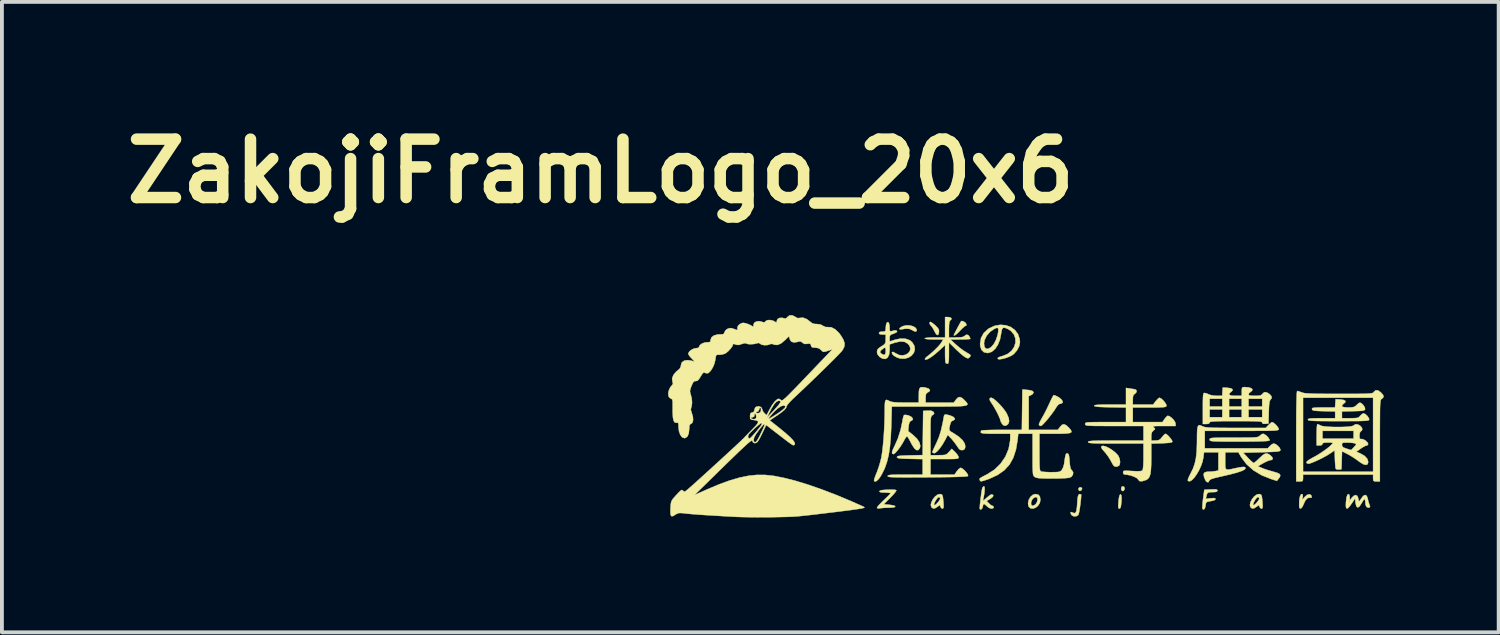
<source format=kicad_pcb>
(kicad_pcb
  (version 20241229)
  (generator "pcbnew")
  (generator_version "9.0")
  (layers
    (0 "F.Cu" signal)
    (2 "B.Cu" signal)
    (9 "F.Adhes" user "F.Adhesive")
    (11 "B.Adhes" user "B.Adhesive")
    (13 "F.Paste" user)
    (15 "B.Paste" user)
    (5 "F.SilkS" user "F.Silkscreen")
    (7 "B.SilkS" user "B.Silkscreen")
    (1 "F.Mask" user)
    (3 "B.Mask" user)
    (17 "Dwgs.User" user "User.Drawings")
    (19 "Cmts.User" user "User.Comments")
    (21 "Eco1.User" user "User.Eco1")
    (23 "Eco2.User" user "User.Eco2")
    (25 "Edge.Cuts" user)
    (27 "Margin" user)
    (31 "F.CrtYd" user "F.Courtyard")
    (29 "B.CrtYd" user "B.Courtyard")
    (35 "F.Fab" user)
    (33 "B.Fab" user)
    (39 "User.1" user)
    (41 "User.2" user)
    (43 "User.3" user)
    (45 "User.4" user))
  (footprint "ZakojiFramLogo_20x6"
    (layer "F.Cu")
    (at 24.065 7.768)
    (property "Reference" "ZakojiFramLogo_20x6" (at -11.43 -6.35 0) (layer "F.SilkS") (effects (font (size 1.524 1.524) (thickness 0.3))))
    (attr through_hole)
    (fp_poly (pts (xy 1.135 1.919) (xy 1.139 1.947) (xy 1.114 1.99) (xy 1.077 2.001) (xy 1.059 1.99) (xy 1.041 1.947) (xy 1.064 1.912) (xy 1.094 1.905) (xy 1.135 1.919)) (stroke (width 0.01) (type solid)) (fill yes) (layer "F.SilkS"))
    (fp_poly (pts (xy 2.242 1.898) (xy 2.251 1.946) (xy 2.245 1.966) (xy 2.215 2.004) (xy 2.181 1.999) (xy 2.16 1.958) (xy 2.159 1.943) (xy 2.172 1.893) (xy 2.196 1.88) (xy 2.242 1.898)) (stroke (width 0.01) (type solid)) (fill yes) (layer "F.SilkS"))
    (fp_poly (pts (xy 2.162 2.111) (xy 2.17 2.176) (xy 2.168 2.275) (xy 2.166 2.292) (xy 2.155 2.389) (xy 2.14 2.444) (xy 2.119 2.463) (xy 2.114 2.464) (xy 2.094 2.455) (xy 2.084 2.422) (xy 2.085 2.354) (xy 2.089 2.301) (xy 2.098 2.212) (xy 2.11 2.142) (xy 2.121 2.109) (xy 2.145 2.087) (xy 2.162 2.111)) (stroke (width 0.01) (type solid)) (fill yes) (layer "F.SilkS"))
    (fp_poly (pts (xy -3.356 -2.32) (xy -3.27 -2.297) (xy -3.206 -2.257) (xy -3.176 -2.205) (xy -3.175 -2.196) (xy -3.192 -2.164) (xy -3.238 -2.166) (xy -3.294 -2.197) (xy -3.377 -2.233) (xy -3.483 -2.234) (xy -3.55 -2.222) (xy -3.612 -2.216) (xy -3.633 -2.231) (xy -3.613 -2.26) (xy -3.554 -2.295) (xy -3.539 -2.302) (xy -3.45 -2.323) (xy -3.356 -2.32)) (stroke (width 0.01) (type solid)) (fill yes) (layer "F.SilkS"))
    (fp_poly (pts (xy -2.788 -2.397) (xy -2.734 -2.356) (xy -2.691 -2.32) (xy -2.629 -2.257) (xy -2.6 -2.207) (xy -2.596 -2.153) (xy -2.596 -2.15) (xy -2.612 -2.085) (xy -2.64 -2.068) (xy -2.676 -2.099) (xy -2.712 -2.164) (xy -2.75 -2.238) (xy -2.789 -2.295) (xy -2.803 -2.308) (xy -2.835 -2.35) (xy -2.844 -2.391) (xy -2.825 -2.413) (xy -2.819 -2.413) (xy -2.788 -2.397)) (stroke (width 0.01) (type solid)) (fill yes) (layer "F.SilkS"))
    (fp_poly (pts (xy -1.989 -2.435) (xy -1.943 -2.418) (xy -1.901 -2.386) (xy -1.88 -2.347) (xy -1.884 -2.318) (xy -1.904 -2.311) (xy -1.932 -2.294) (xy -1.984 -2.249) (xy -2.047 -2.185) (xy -2.047 -2.184) (xy -2.127 -2.104) (xy -2.181 -2.062) (xy -2.207 -2.059) (xy -2.21 -2.069) (xy -2.199 -2.094) (xy -2.17 -2.151) (xy -2.131 -2.225) (xy -2.089 -2.304) (xy -2.051 -2.374) (xy -2.023 -2.423) (xy -2.015 -2.436) (xy -1.989 -2.435)) (stroke (width 0.01) (type solid)) (fill yes) (layer "F.SilkS"))
    (fp_poly (pts (xy 1.759 0.841) (xy 1.843 0.881) (xy 1.931 0.937) (xy 2.013 1.002) (xy 2.076 1.07) (xy 2.087 1.085) (xy 2.121 1.165) (xy 2.132 1.249) (xy 2.118 1.32) (xy 2.103 1.341) (xy 2.046 1.369) (xy 1.987 1.36) (xy 1.962 1.34) (xy 1.936 1.299) (xy 1.899 1.232) (xy 1.881 1.198) (xy 1.83 1.114) (xy 1.762 1.022) (xy 1.721 0.974) (xy 1.662 0.905) (xy 1.639 0.86) (xy 1.646 0.833) (xy 1.689 0.823) (xy 1.759 0.841)) (stroke (width 0.01) (type solid)) (fill yes) (layer "F.SilkS"))
    (fp_poly (pts (xy -1.185 -0.413) (xy -1.12 -0.363) (xy -1.044 -0.291) (xy -0.966 -0.208) (xy -0.895 -0.122) (xy -0.841 -0.043) (xy -0.826 -0.017) (xy -0.778 0.097) (xy -0.765 0.181) (xy -0.785 0.244) (xy -0.802 0.265) (xy -0.861 0.301) (xy -0.915 0.287) (xy -0.951 0.248) (xy -0.981 0.197) (xy -0.991 0.166) (xy -1.003 0.122) (xy -1.035 0.047) (xy -1.079 -0.045) (xy -1.131 -0.141) (xy -1.182 -0.228) (xy -1.216 -0.279) (xy -1.266 -0.358) (xy -1.278 -0.407) (xy -1.252 -0.43) (xy -1.229 -0.432) (xy -1.185 -0.413)) (stroke (width 0.01) (type solid)) (fill yes) (layer "F.SilkS"))
    (fp_poly (pts (xy 1.113 2.093) (xy 1.117 2.102) (xy 1.111 2.201) (xy 1.099 2.312) (xy 1.084 2.424) (xy 1.068 2.523) (xy 1.053 2.596) (xy 1.04 2.63) (xy 0.986 2.662) (xy 0.917 2.662) (xy 0.869 2.637) (xy 0.842 2.591) (xy 0.838 2.572) (xy 0.848 2.551) (xy 0.884 2.563) (xy 0.892 2.567) (xy 0.941 2.582) (xy 0.974 2.562) (xy 0.996 2.502) (xy 1.008 2.398) (xy 1.01 2.368) (xy 1.018 2.24) (xy 1.029 2.155) (xy 1.044 2.106) (xy 1.066 2.085) (xy 1.08 2.083) (xy 1.113 2.093)) (stroke (width 0.01) (type solid)) (fill yes) (layer "F.SilkS"))
    (fp_poly (pts (xy 6.902 2.095) (xy 6.903 2.141) (xy 6.9 2.161) (xy 6.884 2.238) (xy 6.951 2.159) (xy 7.012 2.106) (xy 7.071 2.088) (xy 7.116 2.107) (xy 7.133 2.144) (xy 7.13 2.178) (xy 7.094 2.179) (xy 7.091 2.178) (xy 7.029 2.187) (xy 6.973 2.243) (xy 6.924 2.346) (xy 6.922 2.354) (xy 6.891 2.418) (xy 6.857 2.456) (xy 6.848 2.459) (xy 6.822 2.454) (xy 6.81 2.418) (xy 6.807 2.355) (xy 6.813 2.227) (xy 6.831 2.137) (xy 6.859 2.089) (xy 6.877 2.083) (xy 6.902 2.095)) (stroke (width 0.01) (type solid)) (fill yes) (layer "F.SilkS"))
    (fp_poly (pts (xy -0.004 2.098) (xy 0.038 2.147) (xy 0.051 2.236) (xy 0.034 2.318) (xy -0.011 2.387) (xy -0.071 2.437) (xy -0.139 2.462) (xy -0.202 2.457) (xy -0.25 2.416) (xy -0.258 2.402) (xy -0.267 2.347) (xy -0.193 2.347) (xy -0.173 2.382) (xy -0.149 2.388) (xy -0.108 2.372) (xy -0.072 2.346) (xy -0.037 2.29) (xy -0.025 2.229) (xy -0.032 2.177) (xy -0.058 2.162) (xy -0.082 2.164) (xy -0.131 2.188) (xy -0.169 2.236) (xy -0.191 2.294) (xy -0.193 2.347) (xy -0.267 2.347) (xy -0.272 2.319) (xy -0.252 2.231) (xy -0.206 2.153) (xy -0.141 2.099) (xy -0.079 2.083) (xy -0.004 2.098)) (stroke (width 0.01) (type solid)) (fill yes) (layer "F.SilkS"))
    (fp_poly (pts (xy 0.431 -0.493) (xy 0.49 -0.466) (xy 0.521 -0.45) (xy 0.588 -0.4) (xy 0.627 -0.349) (xy 0.634 -0.307) (xy 0.604 -0.282) (xy 0.58 -0.279) (xy 0.527 -0.261) (xy 0.476 -0.2) (xy 0.464 -0.18) (xy 0.416 -0.104) (xy 0.352 -0.016) (xy 0.28 0.077) (xy 0.208 0.165) (xy 0.142 0.238) (xy 0.091 0.288) (xy 0.063 0.305) (xy 0.02 0.288) (xy 0.013 0.279) (xy 0.017 0.246) (xy 0.044 0.184) (xy 0.087 0.105) (xy 0.091 0.099) (xy 0.146 0.001) (xy 0.209 -0.122) (xy 0.268 -0.246) (xy 0.282 -0.275) (xy 0.326 -0.371) (xy 0.364 -0.447) (xy 0.391 -0.493) (xy 0.399 -0.501) (xy 0.431 -0.493)) (stroke (width 0.01) (type solid)) (fill yes) (layer "F.SilkS"))
    (fp_poly (pts (xy 4.647 1.962) (xy 4.67 1.975) (xy 4.674 1.992) (xy 4.662 2.017) (xy 4.619 2.029) (xy 4.548 2.032) (xy 4.468 2.034) (xy 4.424 2.047) (xy 4.401 2.081) (xy 4.385 2.139) (xy 4.368 2.207) (xy 4.496 2.192) (xy 4.579 2.187) (xy 4.618 2.197) (xy 4.623 2.207) (xy 4.616 2.23) (xy 4.588 2.246) (xy 4.527 2.261) (xy 4.466 2.272) (xy 4.403 2.287) (xy 4.375 2.317) (xy 4.364 2.377) (xy 4.364 2.38) (xy 4.349 2.444) (xy 4.324 2.482) (xy 4.297 2.484) (xy 4.281 2.46) (xy 4.279 2.42) (xy 4.283 2.345) (xy 4.294 2.246) (xy 4.3 2.198) (xy 4.331 1.97) (xy 4.502 1.961) (xy 4.595 1.958) (xy 4.647 1.962)) (stroke (width 0.01) (type solid)) (fill yes) (layer "F.SilkS"))
    (fp_poly (pts (xy -3.741 1.972) (xy -3.711 1.985) (xy -3.709 1.99) (xy -3.727 2.02) (xy -3.772 2.076) (xy -3.838 2.147) (xy -3.874 2.184) (xy -4.038 2.349) (xy -3.894 2.362) (xy -3.794 2.377) (xy -3.743 2.396) (xy -3.741 2.416) (xy -3.788 2.432) (xy -3.884 2.438) (xy -3.894 2.438) (xy -3.994 2.441) (xy -4.086 2.447) (xy -4.137 2.454) (xy -4.197 2.459) (xy -4.216 2.439) (xy -4.216 2.439) (xy -4.199 2.409) (xy -4.151 2.354) (xy -4.083 2.285) (xy -4.039 2.243) (xy -3.962 2.17) (xy -3.902 2.11) (xy -3.867 2.071) (xy -3.861 2.061) (xy -3.884 2.052) (xy -3.943 2.046) (xy -4.007 2.044) (xy -4.097 2.04) (xy -4.143 2.028) (xy -4.153 2.011) (xy -4.138 1.993) (xy -4.089 1.98) (xy -3.998 1.972) (xy -3.931 1.969) (xy -3.812 1.967) (xy -3.741 1.972)) (stroke (width 0.01) (type solid)) (fill yes) (layer "F.SilkS"))
    (fp_poly (pts (xy -2.54 2.086) (xy -2.515 2.102) (xy -2.499 2.14) (xy -2.489 2.211) (xy -2.481 2.305) (xy -2.476 2.394) (xy -2.481 2.443) (xy -2.496 2.462) (xy -2.507 2.464) (xy -2.543 2.443) (xy -2.558 2.413) (xy -2.569 2.38) (xy -2.588 2.379) (xy -2.629 2.409) (xy -2.635 2.413) (xy -2.704 2.456) (xy -2.756 2.457) (xy -2.793 2.427) (xy -2.811 2.37) (xy -2.805 2.341) (xy -2.725 2.341) (xy -2.724 2.373) (xy -2.724 2.373) (xy -2.698 2.368) (xy -2.657 2.334) (xy -2.613 2.285) (xy -2.578 2.234) (xy -2.565 2.197) (xy -2.583 2.163) (xy -2.599 2.159) (xy -2.63 2.179) (xy -2.668 2.227) (xy -2.703 2.286) (xy -2.725 2.341) (xy -2.805 2.341) (xy -2.795 2.295) (xy -2.755 2.217) (xy -2.699 2.146) (xy -2.634 2.098) (xy -2.579 2.083) (xy -2.54 2.086)) (stroke (width 0.01) (type solid)) (fill yes) (layer "F.SilkS"))
    (fp_poly (pts (xy 5.791 2.086) (xy 5.816 2.102) (xy 5.832 2.14) (xy 5.842 2.211) (xy 5.85 2.305) (xy 5.855 2.394) (xy 5.851 2.443) (xy 5.836 2.462) (xy 5.825 2.464) (xy 5.788 2.443) (xy 5.773 2.413) (xy 5.762 2.38) (xy 5.743 2.379) (xy 5.702 2.409) (xy 5.696 2.413) (xy 5.627 2.456) (xy 5.575 2.457) (xy 5.538 2.427) (xy 5.521 2.37) (xy 5.527 2.341) (xy 5.607 2.341) (xy 5.607 2.373) (xy 5.607 2.373) (xy 5.633 2.368) (xy 5.674 2.334) (xy 5.718 2.285) (xy 5.753 2.234) (xy 5.766 2.197) (xy 5.748 2.163) (xy 5.732 2.159) (xy 5.701 2.179) (xy 5.663 2.227) (xy 5.629 2.286) (xy 5.607 2.341) (xy 5.527 2.341) (xy 5.536 2.295) (xy 5.576 2.217) (xy 5.632 2.146) (xy 5.697 2.098) (xy 5.753 2.083) (xy 5.791 2.086)) (stroke (width 0.01) (type solid)) (fill yes) (layer "F.SilkS"))
    (fp_poly (pts (xy 5.91 0.525) (xy 5.962 0.565) (xy 6.007 0.616) (xy 6.034 0.662) (xy 6.034 0.684) (xy 6.005 0.693) (xy 5.931 0.7) (xy 5.811 0.705) (xy 5.643 0.709) (xy 5.425 0.711) (xy 5.244 0.711) (xy 5.025 0.711) (xy 4.853 0.711) (xy 4.72 0.709) (xy 4.622 0.707) (xy 4.554 0.703) (xy 4.51 0.697) (xy 4.485 0.689) (xy 4.474 0.679) (xy 4.471 0.666) (xy 4.47 0.66) (xy 4.472 0.645) (xy 4.481 0.633) (xy 4.503 0.624) (xy 4.545 0.617) (xy 4.611 0.613) (xy 4.708 0.611) (xy 4.842 0.61) (xy 5.018 0.61) (xy 5.101 0.61) (xy 5.297 0.609) (xy 5.448 0.608) (xy 5.562 0.606) (xy 5.643 0.603) (xy 5.698 0.597) (xy 5.735 0.588) (xy 5.759 0.577) (xy 5.776 0.562) (xy 5.779 0.559) (xy 5.828 0.52) (xy 5.867 0.508) (xy 5.91 0.525)) (stroke (width 0.01) (type solid)) (fill yes) (layer "F.SilkS"))
    (fp_poly (pts (xy -1.407 1.902) (xy -1.404 1.963) (xy -1.411 2.05) (xy -1.428 2.152) (xy -1.441 2.21) (xy -1.447 2.243) (xy -1.437 2.249) (xy -1.404 2.226) (xy -1.349 2.177) (xy -1.285 2.125) (xy -1.234 2.094) (xy -1.213 2.089) (xy -1.178 2.116) (xy -1.191 2.154) (xy -1.249 2.202) (xy -1.26 2.208) (xy -1.353 2.263) (xy -1.294 2.325) (xy -1.245 2.368) (xy -1.204 2.388) (xy -1.202 2.388) (xy -1.172 2.408) (xy -1.168 2.426) (xy -1.187 2.457) (xy -1.232 2.462) (xy -1.29 2.443) (xy -1.346 2.4) (xy -1.346 2.4) (xy -1.4 2.35) (xy -1.431 2.343) (xy -1.448 2.378) (xy -1.452 2.405) (xy -1.47 2.458) (xy -1.499 2.486) (xy -1.527 2.477) (xy -1.531 2.471) (xy -1.532 2.439) (xy -1.528 2.37) (xy -1.518 2.277) (xy -1.506 2.173) (xy -1.492 2.071) (xy -1.479 1.985) (xy -1.467 1.927) (xy -1.463 1.916) (xy -1.434 1.883) (xy -1.42 1.88) (xy -1.407 1.902)) (stroke (width 0.01) (type solid)) (fill yes) (layer "F.SilkS"))
    (fp_poly (pts (xy -3.411 0.025) (xy -3.389 0.031) (xy -3.32 0.065) (xy -3.283 0.106) (xy -3.282 0.144) (xy -3.322 0.169) (xy -3.356 0.191) (xy -3.378 0.243) (xy -3.389 0.31) (xy -3.397 0.383) (xy -3.4 0.432) (xy -3.399 0.442) (xy -3.376 0.459) (xy -3.326 0.498) (xy -3.274 0.54) (xy -3.173 0.635) (xy -3.109 0.732) (xy -3.085 0.821) (xy -3.096 0.881) (xy -3.136 0.933) (xy -3.184 0.935) (xy -3.24 0.889) (xy -3.302 0.794) (xy -3.317 0.765) (xy -3.361 0.682) (xy -3.399 0.616) (xy -3.423 0.58) (xy -3.423 0.58) (xy -3.447 0.586) (xy -3.484 0.636) (xy -3.513 0.692) (xy -3.56 0.774) (xy -3.617 0.861) (xy -3.678 0.941) (xy -3.733 1.004) (xy -3.775 1.038) (xy -3.785 1.041) (xy -3.817 1.023) (xy -3.824 1.014) (xy -3.821 0.979) (xy -3.799 0.915) (xy -3.764 0.843) (xy -3.672 0.637) (xy -3.599 0.405) (xy -3.557 0.205) (xy -3.541 0.118) (xy -3.524 0.051) (xy -3.51 0.02) (xy -3.474 0.014) (xy -3.411 0.025)) (stroke (width 0.01) (type solid)) (fill yes) (layer "F.SilkS"))
    (fp_poly (pts (xy -2.401 0.006) (xy -2.392 0.008) (xy -2.29 0.036) (xy -2.219 0.071) (xy -2.184 0.107) (xy -2.19 0.141) (xy -2.234 0.165) (xy -2.266 0.18) (xy -2.288 0.211) (xy -2.307 0.27) (xy -2.324 0.346) (xy -2.329 0.392) (xy -2.318 0.425) (xy -2.28 0.457) (xy -2.206 0.501) (xy -2.203 0.502) (xy -2.074 0.589) (xy -1.978 0.68) (xy -1.922 0.771) (xy -1.91 0.847) (xy -1.924 0.905) (xy -1.96 0.93) (xy -1.986 0.935) (xy -2.033 0.932) (xy -2.072 0.905) (xy -2.117 0.842) (xy -2.123 0.833) (xy -2.185 0.744) (xy -2.258 0.654) (xy -2.279 0.631) (xy -2.368 0.538) (xy -2.439 0.675) (xy -2.508 0.793) (xy -2.579 0.894) (xy -2.646 0.969) (xy -2.701 1.011) (xy -2.722 1.016) (xy -2.761 1.003) (xy -2.769 0.987) (xy -2.758 0.953) (xy -2.729 0.886) (xy -2.688 0.798) (xy -2.669 0.76) (xy -2.6 0.602) (xy -2.545 0.425) (xy -2.498 0.216) (xy -2.476 0.092) (xy -2.463 0.03) (xy -2.442 0.005) (xy -2.401 0.006)) (stroke (width 0.01) (type solid)) (fill yes) (layer "F.SilkS"))
    (fp_poly (pts (xy 8.116 2.098) (xy 8.129 2.157) (xy 8.129 2.165) (xy 8.13 2.248) (xy 8.182 2.178) (xy 8.231 2.13) (xy 8.279 2.108) (xy 8.282 2.108) (xy 8.326 2.131) (xy 8.346 2.178) (xy 8.359 2.237) (xy 8.367 2.271) (xy 8.381 2.266) (xy 8.411 2.227) (xy 8.427 2.201) (xy 8.482 2.13) (xy 8.532 2.106) (xy 8.572 2.129) (xy 8.597 2.199) (xy 8.598 2.203) (xy 8.615 2.279) (xy 8.635 2.338) (xy 8.637 2.343) (xy 8.66 2.403) (xy 8.643 2.434) (xy 8.613 2.438) (xy 8.566 2.419) (xy 8.54 2.359) (xy 8.534 2.284) (xy 8.529 2.227) (xy 8.51 2.216) (xy 8.478 2.252) (xy 8.435 2.325) (xy 8.384 2.404) (xy 8.341 2.433) (xy 8.307 2.413) (xy 8.285 2.343) (xy 8.28 2.311) (xy 8.268 2.197) (xy 8.192 2.311) (xy 8.124 2.406) (xy 8.076 2.455) (xy 8.045 2.46) (xy 8.029 2.42) (xy 8.027 2.369) (xy 8.031 2.274) (xy 8.032 2.273) (xy 8.103 2.273) (xy 8.115 2.286) (xy 8.128 2.273) (xy 8.115 2.261) (xy 8.103 2.273) (xy 8.032 2.273) (xy 8.043 2.179) (xy 8.043 2.178) (xy 8.064 2.11) (xy 8.091 2.083) (xy 8.116 2.098)) (stroke (width 0.01) (type solid)) (fill yes) (layer "F.SilkS"))
    (fp_poly (pts (xy -0.852 -2.325) (xy -0.723 -2.279) (xy -0.614 -2.2) (xy -0.534 -2.094) (xy -0.49 -1.962) (xy -0.483 -1.881) (xy -0.504 -1.777) (xy -0.56 -1.67) (xy -0.64 -1.578) (xy -0.697 -1.536) (xy -0.771 -1.501) (xy -0.858 -1.469) (xy -0.944 -1.447) (xy -1.014 -1.436) (xy -1.053 -1.442) (xy -1.053 -1.443) (xy -1.065 -1.467) (xy -1.042 -1.488) (xy -0.978 -1.511) (xy -0.937 -1.522) (xy -0.805 -1.576) (xy -0.703 -1.657) (xy -0.635 -1.757) (xy -0.6 -1.868) (xy -0.602 -1.98) (xy -0.641 -2.086) (xy -0.72 -2.178) (xy -0.792 -2.225) (xy -0.872 -2.259) (xy -0.923 -2.258) (xy -0.954 -2.217) (xy -0.971 -2.132) (xy -0.974 -2.109) (xy -1.005 -1.95) (xy -1.06 -1.813) (xy -1.133 -1.705) (xy -1.221 -1.631) (xy -1.317 -1.601) (xy -1.331 -1.6) (xy -1.424 -1.621) (xy -1.487 -1.683) (xy -1.52 -1.782) (xy -1.524 -1.843) (xy -1.523 -1.848) (xy -1.422 -1.848) (xy -1.409 -1.759) (xy -1.37 -1.712) (xy -1.31 -1.711) (xy -1.238 -1.753) (xy -1.168 -1.831) (xy -1.108 -1.944) (xy -1.065 -2.075) (xy -1.053 -2.14) (xy -1.046 -2.22) (xy -1.06 -2.256) (xy -1.099 -2.255) (xy -1.151 -2.232) (xy -1.265 -2.152) (xy -1.354 -2.049) (xy -1.409 -1.934) (xy -1.422 -1.848) (xy -1.523 -1.848) (xy -1.499 -1.992) (xy -1.429 -2.122) (xy -1.315 -2.227) (xy -1.291 -2.243) (xy -1.143 -2.311) (xy -0.995 -2.337) (xy -0.852 -2.325)) (stroke (width 0.01) (type solid)) (fill yes) (layer "F.SilkS"))
    (fp_poly (pts (xy 8.866 -0.624) (xy 8.941 -0.572) (xy 8.946 -0.567) (xy 9.002 -0.502) (xy 9.012 -0.453) (xy 8.979 -0.414) (xy 8.966 -0.406) (xy 8.954 -0.398) (xy 8.944 -0.386) (xy 8.935 -0.364) (xy 8.929 -0.328) (xy 8.924 -0.273) (xy 8.92 -0.195) (xy 8.918 -0.09) (xy 8.917 0.048) (xy 8.916 0.223) (xy 8.915 0.441) (xy 8.915 0.687) (xy 8.915 1.753) (xy 8.826 1.753) (xy 8.767 1.749) (xy 8.742 1.726) (xy 8.738 1.67) (xy 8.738 1.664) (xy 8.738 1.575) (xy 6.909 1.575) (xy 6.909 1.664) (xy 6.905 1.723) (xy 6.883 1.748) (xy 6.827 1.753) (xy 6.82 1.753) (xy 6.731 1.753) (xy 6.731 0.572) (xy 6.732 0.254) (xy 6.733 -0.014) (xy 6.736 -0.231) (xy 6.74 -0.399) (xy 6.741 -0.432) (xy 6.909 -0.432) (xy 6.909 1.499) (xy 8.738 1.499) (xy 8.738 -0.432) (xy 6.909 -0.432) (xy 6.741 -0.432) (xy 6.744 -0.518) (xy 6.75 -0.588) (xy 6.757 -0.61) (xy 6.796 -0.6) (xy 6.859 -0.578) (xy 6.875 -0.572) (xy 6.908 -0.561) (xy 6.955 -0.552) (xy 7.021 -0.546) (xy 7.112 -0.541) (xy 7.233 -0.537) (xy 7.388 -0.535) (xy 7.583 -0.534) (xy 7.823 -0.533) (xy 7.846 -0.533) (xy 8.08 -0.533) (xy 8.269 -0.534) (xy 8.418 -0.535) (xy 8.531 -0.537) (xy 8.614 -0.541) (xy 8.672 -0.546) (xy 8.711 -0.552) (xy 8.734 -0.561) (xy 8.749 -0.572) (xy 8.757 -0.584) (xy 8.805 -0.628) (xy 8.866 -0.624)) (stroke (width 0.01) (type solid)) (fill yes) (layer "F.SilkS"))
    (fp_poly (pts (xy -2.939 -0.695) (xy -2.864 -0.669) (xy -2.833 -0.634) (xy -2.848 -0.597) (xy -2.889 -0.572) (xy -2.925 -0.547) (xy -2.942 -0.505) (xy -2.946 -0.429) (xy -2.946 -0.426) (xy -2.946 -0.305) (xy -2.211 -0.305) (xy -2.155 -0.381) (xy -2.101 -0.438) (xy -2.049 -0.452) (xy -1.988 -0.422) (xy -1.932 -0.37) (xy -1.893 -0.33) (xy -1.866 -0.296) (xy -1.853 -0.269) (xy -1.858 -0.248) (xy -1.886 -0.232) (xy -1.941 -0.22) (xy -2.025 -0.212) (xy -2.143 -0.207) (xy -2.299 -0.205) (xy -2.497 -0.203) (xy -2.74 -0.203) (xy -2.853 -0.203) (xy -3.829 -0.203) (xy -3.843 0.311) (xy -3.856 0.601) (xy -3.878 0.848) (xy -3.91 1.059) (xy -3.955 1.243) (xy -4.012 1.407) (xy -4.086 1.558) (xy -4.121 1.619) (xy -4.174 1.692) (xy -4.225 1.74) (xy -4.266 1.758) (xy -4.29 1.74) (xy -4.293 1.72) (xy -4.283 1.683) (xy -4.259 1.612) (xy -4.224 1.524) (xy -4.218 1.511) (xy -4.175 1.392) (xy -4.133 1.254) (xy -4.102 1.13) (xy -4.081 0.999) (xy -4.061 0.828) (xy -4.043 0.629) (xy -4.029 0.412) (xy -4.019 0.189) (xy -4.014 -0.03) (xy -4.014 -0.095) (xy -4.013 -0.226) (xy -4.007 -0.313) (xy -3.994 -0.361) (xy -3.971 -0.378) (xy -3.934 -0.368) (xy -3.886 -0.343) (xy -3.84 -0.326) (xy -3.764 -0.315) (xy -3.651 -0.308) (xy -3.495 -0.306) (xy -3.473 -0.306) (xy -3.124 -0.305) (xy -3.124 -0.496) (xy -3.121 -0.606) (xy -3.107 -0.673) (xy -3.075 -0.705) (xy -3.018 -0.709) (xy -2.939 -0.695)) (stroke (width 0.01) (type solid)) (fill yes) (layer "F.SilkS"))
    (fp_poly (pts (xy -2.301 -2.53) (xy -2.269 -2.504) (xy -2.277 -2.473) (xy -2.295 -2.459) (xy -2.316 -2.437) (xy -2.329 -2.394) (xy -2.335 -2.319) (xy -2.337 -2.221) (xy -2.337 -2.007) (xy -2.149 -2.007) (xy -2.037 -2.01) (xy -1.967 -2.023) (xy -1.93 -2.045) (xy -1.879 -2.08) (xy -1.829 -2.066) (xy -1.804 -2.034) (xy -1.783 -1.988) (xy -1.778 -1.97) (xy -1.802 -1.964) (xy -1.865 -1.959) (xy -1.959 -1.956) (xy -2.038 -1.955) (xy -2.299 -1.954) (xy -2.161 -1.826) (xy -2.069 -1.747) (xy -1.966 -1.67) (xy -1.887 -1.62) (xy -1.813 -1.577) (xy -1.777 -1.549) (xy -1.771 -1.526) (xy -1.79 -1.5) (xy -1.793 -1.496) (xy -1.825 -1.466) (xy -1.856 -1.464) (xy -1.907 -1.489) (xy -1.914 -1.493) (xy -1.967 -1.53) (xy -2.042 -1.593) (xy -2.127 -1.671) (xy -2.164 -1.707) (xy -2.337 -1.878) (xy -2.337 -1.599) (xy -2.338 -1.471) (xy -2.343 -1.387) (xy -2.352 -1.339) (xy -2.366 -1.321) (xy -2.371 -1.321) (xy -2.414 -1.332) (xy -2.421 -1.338) (xy -2.429 -1.369) (xy -2.435 -1.439) (xy -2.438 -1.534) (xy -2.438 -1.582) (xy -2.438 -1.809) (xy -2.598 -1.66) (xy -2.706 -1.567) (xy -2.803 -1.494) (xy -2.884 -1.445) (xy -2.942 -1.426) (xy -2.964 -1.433) (xy -2.959 -1.459) (xy -2.922 -1.498) (xy -2.909 -1.508) (xy -2.818 -1.58) (xy -2.722 -1.666) (xy -2.633 -1.755) (xy -2.563 -1.834) (xy -2.532 -1.878) (xy -2.486 -1.956) (xy -2.729 -1.956) (xy -2.843 -1.958) (xy -2.926 -1.965) (xy -2.968 -1.976) (xy -2.972 -1.981) (xy -2.948 -1.993) (xy -2.88 -2.001) (xy -2.774 -2.006) (xy -2.705 -2.007) (xy -2.438 -2.007) (xy -2.438 -2.54) (xy -2.364 -2.54) (xy -2.301 -2.53)) (stroke (width 0.01) (type solid)) (fill yes) (layer "F.SilkS"))
    (fp_poly (pts (xy 7.872 -0.389) (xy 7.963 -0.376) (xy 8.012 -0.353) (xy 8.016 -0.319) (xy 7.982 -0.287) (xy 7.93 -0.241) (xy 7.926 -0.207) (xy 7.972 -0.186) (xy 8.067 -0.178) (xy 8.085 -0.178) (xy 8.179 -0.181) (xy 8.239 -0.192) (xy 8.282 -0.218) (xy 8.306 -0.241) (xy 8.354 -0.285) (xy 8.392 -0.305) (xy 8.395 -0.305) (xy 8.439 -0.284) (xy 8.487 -0.236) (xy 8.522 -0.178) (xy 8.53 -0.136) (xy 8.521 -0.115) (xy 8.498 -0.102) (xy 8.453 -0.092) (xy 8.376 -0.087) (xy 8.259 -0.083) (xy 8.223 -0.082) (xy 7.925 -0.075) (xy 7.925 0.102) (xy 8.139 0.102) (xy 8.245 0.1) (xy 8.313 0.095) (xy 8.356 0.082) (xy 8.386 0.058) (xy 8.403 0.038) (xy 8.449 -0.007) (xy 8.489 -0.025) (xy 8.489 -0.025) (xy 8.536 -0.005) (xy 8.587 0.042) (xy 8.626 0.099) (xy 8.636 0.135) (xy 8.633 0.147) (xy 8.619 0.156) (xy 8.59 0.164) (xy 8.54 0.169) (xy 8.465 0.173) (xy 8.359 0.176) (xy 8.217 0.177) (xy 8.034 0.178) (xy 7.836 0.178) (xy 7.611 0.178) (xy 7.431 0.177) (xy 7.293 0.175) (xy 7.19 0.172) (xy 7.118 0.167) (xy 7.071 0.161) (xy 7.046 0.154) (xy 7.036 0.144) (xy 7.036 0.14) (xy 7.043 0.124) (xy 7.069 0.114) (xy 7.122 0.107) (xy 7.208 0.103) (xy 7.335 0.102) (xy 7.391 0.102) (xy 7.747 0.102) (xy 7.747 -0.075) (xy 7.449 -0.082) (xy 7.32 -0.086) (xy 7.234 -0.091) (xy 7.181 -0.099) (xy 7.154 -0.112) (xy 7.143 -0.131) (xy 7.142 -0.133) (xy 7.143 -0.152) (xy 7.159 -0.165) (xy 7.198 -0.172) (xy 7.268 -0.176) (xy 7.378 -0.178) (xy 7.439 -0.178) (xy 7.744 -0.178) (xy 7.752 -0.286) (xy 7.76 -0.394) (xy 7.872 -0.389)) (stroke (width 0.01) (type solid)) (fill yes) (layer "F.SilkS"))
    (fp_poly (pts (xy -2.806 -0.095) (xy -2.754 -0.074) (xy -2.741 -0.061) (xy -2.721 -0.026) (xy -2.739 0.002) (xy -2.763 0.019) (xy -2.782 0.034) (xy -2.796 0.053) (xy -2.806 0.083) (xy -2.813 0.132) (xy -2.817 0.206) (xy -2.819 0.313) (xy -2.819 0.46) (xy -2.819 0.562) (xy -2.819 1.067) (xy -2.616 1.067) (xy -2.514 1.066) (xy -2.448 1.06) (xy -2.404 1.045) (xy -2.368 1.016) (xy -2.338 0.984) (xy -2.264 0.902) (xy -2.173 0.989) (xy -2.12 1.049) (xy -2.088 1.103) (xy -2.083 1.123) (xy -2.087 1.141) (xy -2.103 1.153) (xy -2.139 1.161) (xy -2.204 1.166) (xy -2.304 1.168) (xy -2.446 1.168) (xy -2.451 1.168) (xy -2.819 1.168) (xy -2.819 1.575) (xy -2.191 1.575) (xy -2.131 1.486) (xy -2.084 1.431) (xy -2.039 1.4) (xy -2.028 1.397) (xy -1.988 1.415) (xy -1.935 1.459) (xy -1.884 1.516) (xy -1.846 1.57) (xy -1.836 1.609) (xy -1.836 1.609) (xy -1.854 1.617) (xy -1.904 1.624) (xy -1.99 1.629) (xy -2.113 1.634) (xy -2.278 1.638) (xy -2.486 1.641) (xy -2.74 1.644) (xy -2.891 1.645) (xy -3.152 1.646) (xy -3.366 1.647) (xy -3.538 1.647) (xy -3.672 1.646) (xy -3.773 1.643) (xy -3.846 1.64) (xy -3.894 1.635) (xy -3.922 1.628) (xy -3.935 1.62) (xy -3.937 1.613) (xy -3.931 1.599) (xy -3.908 1.589) (xy -3.861 1.582) (xy -3.784 1.578) (xy -3.671 1.576) (xy -3.515 1.575) (xy -3.48 1.575) (xy -3.023 1.575) (xy -3.023 1.17) (xy -3.359 1.163) (xy -3.499 1.159) (xy -3.595 1.154) (xy -3.655 1.146) (xy -3.686 1.135) (xy -3.696 1.12) (xy -3.696 1.118) (xy -3.688 1.102) (xy -3.66 1.09) (xy -3.603 1.082) (xy -3.512 1.077) (xy -3.378 1.073) (xy -3.36 1.072) (xy -3.024 1.065) (xy -3.01 -0.089) (xy -2.893 -0.096) (xy -2.806 -0.095)) (stroke (width 0.01) (type solid)) (fill yes) (layer "F.SilkS"))
    (fp_poly (pts (xy -3.908 -2.39) (xy -3.891 -2.333) (xy -3.886 -2.27) (xy -3.884 -2.201) (xy -3.874 -2.17) (xy -3.848 -2.168) (xy -3.829 -2.174) (xy -3.748 -2.193) (xy -3.703 -2.185) (xy -3.69 -2.167) (xy -3.706 -2.141) (xy -3.759 -2.114) (xy -3.783 -2.106) (xy -3.849 -2.082) (xy -3.878 -2.053) (xy -3.886 -2.003) (xy -3.886 -1.99) (xy -3.884 -1.933) (xy -3.879 -1.905) (xy -3.878 -1.905) (xy -3.851 -1.912) (xy -3.792 -1.932) (xy -3.749 -1.946) (xy -3.603 -1.978) (xy -3.469 -1.973) (xy -3.357 -1.932) (xy -3.297 -1.882) (xy -3.24 -1.789) (xy -3.227 -1.697) (xy -3.252 -1.61) (xy -3.309 -1.536) (xy -3.39 -1.482) (xy -3.491 -1.453) (xy -3.605 -1.456) (xy -3.69 -1.482) (xy -3.767 -1.525) (xy -3.816 -1.572) (xy -3.827 -1.616) (xy -3.824 -1.624) (xy -3.793 -1.629) (xy -3.738 -1.599) (xy -3.731 -1.594) (xy -3.641 -1.549) (xy -3.552 -1.538) (xy -3.47 -1.555) (xy -3.403 -1.595) (xy -3.358 -1.651) (xy -3.344 -1.719) (xy -3.366 -1.79) (xy -3.415 -1.846) (xy -3.498 -1.893) (xy -3.602 -1.902) (xy -3.734 -1.875) (xy -3.767 -1.865) (xy -3.886 -1.824) (xy -3.886 -1.676) (xy -3.9 -1.558) (xy -3.938 -1.48) (xy -3.998 -1.445) (xy -4.075 -1.455) (xy -4.149 -1.5) (xy -4.205 -1.57) (xy -4.216 -1.626) (xy -4.137 -1.626) (xy -4.117 -1.596) (xy -4.103 -1.585) (xy -4.042 -1.551) (xy -4.005 -1.562) (xy -3.989 -1.617) (xy -3.988 -1.652) (xy -3.99 -1.716) (xy -4.002 -1.739) (xy -4.029 -1.732) (xy -4.034 -1.729) (xy -4.091 -1.688) (xy -4.116 -1.662) (xy -4.137 -1.626) (xy -4.216 -1.626) (xy -4.216 -1.628) (xy -4.208 -1.68) (xy -4.176 -1.722) (xy -4.109 -1.769) (xy -4.103 -1.773) (xy -4.036 -1.816) (xy -4.002 -1.854) (xy -3.99 -1.905) (xy -3.989 -1.962) (xy -3.988 -2.083) (xy -4.077 -2.083) (xy -4.142 -2.091) (xy -4.165 -2.117) (xy -4.166 -2.121) (xy -4.146 -2.149) (xy -4.085 -2.159) (xy -4.077 -2.159) (xy -4.018 -2.162) (xy -3.993 -2.183) (xy -3.988 -2.236) (xy -3.987 -2.254) (xy -3.981 -2.327) (xy -3.967 -2.38) (xy -3.965 -2.385) (xy -3.934 -2.409) (xy -3.908 -2.39)) (stroke (width 0.01) (type solid)) (fill yes) (layer "F.SilkS"))
    (fp_poly (pts (xy 7.317 0.267) (xy 7.366 0.292) (xy 7.419 0.308) (xy 7.508 0.32) (xy 7.623 0.328) (xy 7.752 0.332) (xy 7.884 0.332) (xy 8.009 0.328) (xy 8.115 0.32) (xy 8.193 0.308) (xy 8.23 0.292) (xy 8.28 0.258) (xy 8.344 0.267) (xy 8.396 0.295) (xy 8.443 0.344) (xy 8.457 0.395) (xy 8.433 0.434) (xy 8.42 0.441) (xy 8.391 0.479) (xy 8.382 0.556) (xy 8.386 0.62) (xy 8.401 0.645) (xy 8.427 0.644) (xy 8.478 0.651) (xy 8.539 0.685) (xy 8.589 0.731) (xy 8.611 0.776) (xy 8.611 0.777) (xy 8.59 0.808) (xy 8.57 0.813) (xy 8.528 0.827) (xy 8.463 0.863) (xy 8.416 0.895) (xy 8.302 0.977) (xy 8.399 1.019) (xy 8.517 1.086) (xy 8.588 1.164) (xy 8.611 1.246) (xy 8.595 1.303) (xy 8.55 1.322) (xy 8.479 1.301) (xy 8.382 1.241) (xy 8.351 1.217) (xy 8.252 1.146) (xy 8.139 1.075) (xy 8.073 1.039) (xy 7.927 0.965) (xy 7.919 1.2) (xy 7.912 1.435) (xy 7.842 1.443) (xy 7.784 1.438) (xy 7.76 1.418) (xy 7.754 1.378) (xy 7.748 1.302) (xy 7.742 1.203) (xy 7.741 1.163) (xy 7.734 0.942) (xy 7.62 1.02) (xy 7.536 1.073) (xy 7.434 1.129) (xy 7.325 1.184) (xy 7.219 1.232) (xy 7.129 1.269) (xy 7.065 1.289) (xy 7.043 1.291) (xy 6.999 1.271) (xy 7.003 1.238) (xy 7.056 1.193) (xy 7.157 1.135) (xy 7.164 1.131) (xy 7.277 1.069) (xy 7.397 0.993) (xy 7.511 0.913) (xy 7.605 0.839) (xy 7.647 0.799) (xy 7.925 0.799) (xy 7.933 0.839) (xy 7.965 0.867) (xy 8.034 0.893) (xy 8.045 0.897) (xy 8.166 0.933) (xy 8.24 0.856) (xy 8.284 0.806) (xy 8.295 0.78) (xy 8.277 0.764) (xy 8.265 0.759) (xy 8.214 0.748) (xy 8.132 0.741) (xy 8.071 0.738) (xy 7.989 0.739) (xy 7.945 0.746) (xy 7.928 0.766) (xy 7.925 0.799) (xy 7.647 0.799) (xy 7.668 0.778) (xy 7.669 0.777) (xy 7.683 0.754) (xy 7.67 0.742) (xy 7.621 0.737) (xy 7.56 0.737) (xy 7.474 0.74) (xy 7.43 0.751) (xy 7.417 0.774) (xy 7.417 0.775) (xy 7.394 0.805) (xy 7.341 0.813) (xy 7.264 0.813) (xy 7.264 0.533) (xy 7.266 0.432) (xy 7.417 0.432) (xy 7.417 0.635) (xy 8.23 0.635) (xy 8.23 0.432) (xy 7.417 0.432) (xy 7.266 0.432) (xy 7.266 0.421) (xy 7.27 0.331) (xy 7.277 0.272) (xy 7.283 0.255) (xy 7.317 0.267)) (stroke (width 0.01) (type solid)) (fill yes) (layer "F.SilkS"))
    (fp_poly (pts (xy 5.492 -0.702) (xy 5.559 -0.68) (xy 5.589 -0.649) (xy 5.575 -0.612) (xy 5.537 -0.584) (xy 5.497 -0.548) (xy 5.486 -0.52) (xy 5.498 -0.499) (xy 5.54 -0.487) (xy 5.62 -0.483) (xy 5.651 -0.483) (xy 5.745 -0.485) (xy 5.802 -0.495) (xy 5.835 -0.517) (xy 5.848 -0.533) (xy 5.896 -0.577) (xy 5.958 -0.574) (xy 6.029 -0.532) (xy 6.084 -0.473) (xy 6.09 -0.422) (xy 6.059 -0.382) (xy 6.041 -0.353) (xy 6.028 -0.296) (xy 6.02 -0.204) (xy 6.015 -0.07) (xy 6.014 -0.055) (xy 6.007 0.241) (xy 5.925 0.249) (xy 5.865 0.248) (xy 5.843 0.226) (xy 5.842 0.218) (xy 5.837 0.206) (xy 5.819 0.196) (xy 5.782 0.189) (xy 5.721 0.184) (xy 5.63 0.181) (xy 5.505 0.179) (xy 5.338 0.178) (xy 5.156 0.178) (xy 4.949 0.178) (xy 4.788 0.179) (xy 4.666 0.182) (xy 4.579 0.185) (xy 4.522 0.191) (xy 4.488 0.198) (xy 4.473 0.208) (xy 4.47 0.216) (xy 4.451 0.244) (xy 4.39 0.254) (xy 4.381 0.254) (xy 4.293 0.254) (xy 4.293 -0.127) (xy 4.47 -0.127) (xy 4.47 0.076) (xy 4.801 0.076) (xy 4.801 -0.127) (xy 4.978 -0.127) (xy 4.978 0.076) (xy 5.309 0.076) (xy 5.309 -0.127) (xy 5.486 -0.127) (xy 5.486 0.076) (xy 5.842 0.076) (xy 5.842 -0.127) (xy 5.486 -0.127) (xy 5.309 -0.127) (xy 4.978 -0.127) (xy 4.801 -0.127) (xy 4.47 -0.127) (xy 4.293 -0.127) (xy 4.293 -0.152) (xy 4.293 -0.305) (xy 4.295 -0.406) (xy 4.47 -0.406) (xy 4.47 -0.203) (xy 4.801 -0.203) (xy 4.801 -0.406) (xy 4.978 -0.406) (xy 4.978 -0.203) (xy 5.309 -0.203) (xy 5.309 -0.406) (xy 5.486 -0.406) (xy 5.486 -0.203) (xy 5.842 -0.203) (xy 5.842 -0.406) (xy 5.486 -0.406) (xy 5.309 -0.406) (xy 4.978 -0.406) (xy 4.801 -0.406) (xy 4.47 -0.406) (xy 4.295 -0.406) (xy 4.295 -0.414) (xy 4.299 -0.487) (xy 4.306 -0.53) (xy 4.316 -0.551) (xy 4.332 -0.558) (xy 4.337 -0.558) (xy 4.392 -0.545) (xy 4.445 -0.521) (xy 4.506 -0.5) (xy 4.594 -0.487) (xy 4.653 -0.484) (xy 4.798 -0.483) (xy 4.805 -0.591) (xy 4.813 -0.699) (xy 4.925 -0.693) (xy 5.017 -0.681) (xy 5.066 -0.657) (xy 5.069 -0.624) (xy 5.036 -0.591) (xy 4.983 -0.545) (xy 4.98 -0.512) (xy 5.025 -0.491) (xy 5.12 -0.483) (xy 5.144 -0.483) (xy 5.309 -0.483) (xy 5.309 -0.597) (xy 5.311 -0.667) (xy 5.323 -0.7) (xy 5.357 -0.71) (xy 5.391 -0.711) (xy 5.492 -0.702)) (stroke (width 0.01) (type solid)) (fill yes) (layer "F.SilkS"))
    (fp_poly (pts (xy -0.33 -0.641) (xy -0.219 -0.629) (xy -0.154 -0.608) (xy -0.128 -0.578) (xy -0.127 -0.57) (xy -0.148 -0.533) (xy -0.191 -0.503) (xy -0.254 -0.474) (xy -0.254 0.406) (xy 0.506 0.406) (xy 0.563 0.33) (xy 0.617 0.273) (xy 0.669 0.259) (xy 0.729 0.289) (xy 0.786 0.341) (xy 0.836 0.397) (xy 0.861 0.439) (xy 0.858 0.469) (xy 0.82 0.489) (xy 0.746 0.5) (xy 0.629 0.506) (xy 0.467 0.508) (xy 0.433 0.508) (xy 0.025 0.508) (xy 0.025 0.991) (xy 0.026 1.161) (xy 0.027 1.286) (xy 0.031 1.374) (xy 0.036 1.432) (xy 0.045 1.467) (xy 0.057 1.485) (xy 0.07 1.493) (xy 0.115 1.501) (xy 0.195 1.507) (xy 0.298 1.511) (xy 0.339 1.511) (xy 0.448 1.51) (xy 0.52 1.505) (xy 0.564 1.493) (xy 0.594 1.471) (xy 0.61 1.453) (xy 0.643 1.392) (xy 0.668 1.308) (xy 0.673 1.275) (xy 0.69 1.157) (xy 0.704 1.081) (xy 0.719 1.038) (xy 0.737 1.021) (xy 0.758 1.021) (xy 0.781 1.036) (xy 0.796 1.075) (xy 0.807 1.149) (xy 0.813 1.228) (xy 0.823 1.337) (xy 0.837 1.407) (xy 0.858 1.448) (xy 0.873 1.461) (xy 0.906 1.512) (xy 0.901 1.573) (xy 0.864 1.628) (xy 0.823 1.652) (xy 0.776 1.66) (xy 0.689 1.668) (xy 0.571 1.673) (xy 0.435 1.676) (xy 0.36 1.676) (xy 0.199 1.675) (xy 0.082 1.672) (xy 0.000134 1.666) (xy -0.055 1.655) (xy -0.09 1.641) (xy -0.096 1.637) (xy -0.115 1.622) (xy -0.129 1.604) (xy -0.139 1.574) (xy -0.145 1.526) (xy -0.149 1.454) (xy -0.152 1.351) (xy -0.152 1.209) (xy -0.152 1.053) (xy -0.152 0.508) (xy -0.527 0.508) (xy -0.544 0.667) (xy -0.587 0.921) (xy -0.657 1.136) (xy -0.757 1.314) (xy -0.891 1.461) (xy -1.063 1.582) (xy -1.276 1.681) (xy -1.343 1.705) (xy -1.432 1.735) (xy -1.485 1.748) (xy -1.513 1.746) (xy -1.527 1.729) (xy -1.533 1.715) (xy -1.539 1.694) (xy -1.532 1.676) (xy -1.504 1.654) (xy -1.448 1.622) (xy -1.356 1.575) (xy -1.343 1.569) (xy -1.149 1.446) (xy -0.988 1.289) (xy -0.863 1.106) (xy -0.778 0.902) (xy -0.739 0.686) (xy -0.737 0.617) (xy -0.737 0.508) (xy -1.115 0.508) (xy -1.267 0.507) (xy -1.375 0.504) (xy -1.446 0.498) (xy -1.488 0.488) (xy -1.506 0.475) (xy -1.507 0.472) (xy -1.5 0.434) (xy -1.482 0.421) (xy -1.446 0.417) (xy -1.367 0.413) (xy -1.254 0.409) (xy -1.116 0.407) (xy -0.961 0.406) (xy -0.938 0.406) (xy -0.433 0.406) (xy -0.426 -0.121) (xy -0.419 -0.648) (xy -0.33 -0.641)) (stroke (width 0.01) (type solid)) (fill yes) (layer "F.SilkS"))
    (fp_poly (pts (xy 6.14 0.222) (xy 6.193 0.267) (xy 6.242 0.322) (xy 6.271 0.37) (xy 6.274 0.383) (xy 6.272 0.396) (xy 6.264 0.406) (xy 6.244 0.414) (xy 6.209 0.42) (xy 6.152 0.425) (xy 6.07 0.428) (xy 5.958 0.43) (xy 5.811 0.431) (xy 5.624 0.432) (xy 5.392 0.432) (xy 5.309 0.432) (xy 4.343 0.432) (xy 4.343 0.889) (xy 5.986 0.889) (xy 6.045 0.826) (xy 6.097 0.782) (xy 6.142 0.763) (xy 6.145 0.763) (xy 6.197 0.781) (xy 6.253 0.825) (xy 6.3 0.878) (xy 6.32 0.926) (xy 6.32 0.934) (xy 6.312 0.949) (xy 6.292 0.961) (xy 6.253 0.97) (xy 6.188 0.977) (xy 6.09 0.982) (xy 5.953 0.987) (xy 5.829 0.991) (xy 5.347 1.003) (xy 5.471 1.137) (xy 5.535 1.202) (xy 5.588 1.25) (xy 5.619 1.27) (xy 5.621 1.27) (xy 5.65 1.253) (xy 5.703 1.209) (xy 5.769 1.147) (xy 5.773 1.143) (xy 5.856 1.066) (xy 5.919 1.027) (xy 5.973 1.023) (xy 6.03 1.05) (xy 6.054 1.069) (xy 6.106 1.122) (xy 6.119 1.165) (xy 6.093 1.191) (xy 6.067 1.194) (xy 6.018 1.206) (xy 5.942 1.238) (xy 5.871 1.275) (xy 5.729 1.356) (xy 5.837 1.403) (xy 5.919 1.434) (xy 6.026 1.468) (xy 6.129 1.497) (xy 6.235 1.528) (xy 6.296 1.559) (xy 6.316 1.595) (xy 6.299 1.643) (xy 6.276 1.675) (xy 6.227 1.738) (xy 6.079 1.691) (xy 5.829 1.592) (xy 5.613 1.462) (xy 5.434 1.304) (xy 5.296 1.121) (xy 5.296 1.12) (xy 5.22 0.992) (xy 4.877 0.991) (xy 4.877 1.219) (xy 4.877 1.331) (xy 4.883 1.401) (xy 4.905 1.436) (xy 4.951 1.445) (xy 5.031 1.432) (xy 5.131 1.41) (xy 5.257 1.384) (xy 5.34 1.374) (xy 5.388 1.378) (xy 5.406 1.398) (xy 5.405 1.416) (xy 5.377 1.446) (xy 5.304 1.481) (xy 5.183 1.522) (xy 5.014 1.567) (xy 4.796 1.618) (xy 4.732 1.632) (xy 4.607 1.662) (xy 4.524 1.687) (xy 4.478 1.711) (xy 4.461 1.734) (xy 4.435 1.774) (xy 4.396 1.767) (xy 4.376 1.746) (xy 4.35 1.701) (xy 4.324 1.635) (xy 4.324 1.635) (xy 4.312 1.562) (xy 4.336 1.519) (xy 4.403 1.5) (xy 4.447 1.499) (xy 4.536 1.494) (xy 4.619 1.483) (xy 4.62 1.483) (xy 4.699 1.467) (xy 4.699 0.991) (xy 4.324 0.991) (xy 4.307 1.127) (xy 4.284 1.238) (xy 4.243 1.353) (xy 4.191 1.466) (xy 4.131 1.568) (xy 4.069 1.655) (xy 4.008 1.717) (xy 3.955 1.749) (xy 3.912 1.743) (xy 3.9 1.729) (xy 3.904 1.697) (xy 3.929 1.633) (xy 3.969 1.553) (xy 3.973 1.545) (xy 4.036 1.418) (xy 4.081 1.288) (xy 4.112 1.146) (xy 4.131 0.979) (xy 4.139 0.778) (xy 4.14 0.679) (xy 4.141 0.521) (xy 4.145 0.408) (xy 4.156 0.334) (xy 4.174 0.295) (xy 4.202 0.283) (xy 4.244 0.294) (xy 4.289 0.316) (xy 4.318 0.327) (xy 4.359 0.336) (xy 4.418 0.343) (xy 4.499 0.348) (xy 4.61 0.352) (xy 4.755 0.354) (xy 4.941 0.355) (xy 5.15 0.356) (xy 5.934 0.356) (xy 6.007 0.279) (xy 6.057 0.232) (xy 6.093 0.205) (xy 6.099 0.203) (xy 6.14 0.222)) (stroke (width 0.01) (type solid)) (fill yes) (layer "F.SilkS"))
    (fp_poly (pts (xy 2.407 -0.671) (xy 2.482 -0.659) (xy 2.534 -0.647) (xy 2.546 -0.643) (xy 2.566 -0.609) (xy 2.55 -0.564) (xy 2.515 -0.533) (xy 2.482 -0.505) (xy 2.467 -0.453) (xy 2.464 -0.38) (xy 2.464 -0.254) (xy 2.995 -0.254) (xy 3.062 -0.343) (xy 3.11 -0.397) (xy 3.15 -0.429) (xy 3.16 -0.432) (xy 3.202 -0.413) (xy 3.254 -0.368) (xy 3.303 -0.31) (xy 3.337 -0.255) (xy 3.344 -0.218) (xy 3.332 -0.203) (xy 3.304 -0.192) (xy 3.254 -0.185) (xy 3.173 -0.181) (xy 3.056 -0.178) (xy 2.896 -0.178) (xy 2.464 -0.178) (xy 2.464 0.203) (xy 2.851 0.203) (xy 3.239 0.203) (xy 3.289 0.127) (xy 3.332 0.073) (xy 3.369 0.041) (xy 3.372 0.039) (xy 3.414 0.047) (xy 3.469 0.084) (xy 3.525 0.139) (xy 3.566 0.198) (xy 3.581 0.244) (xy 3.581 0.305) (xy 3.272 0.305) (xy 3.143 0.305) (xy 3.058 0.307) (xy 3.011 0.312) (xy 2.994 0.321) (xy 3 0.334) (xy 3.011 0.344) (xy 3.044 0.374) (xy 3.039 0.396) (xy 3.004 0.423) (xy 2.965 0.464) (xy 2.948 0.527) (xy 2.946 0.575) (xy 2.946 0.686) (xy 3.054 0.685) (xy 3.13 0.678) (xy 3.181 0.651) (xy 3.226 0.597) (xy 3.271 0.543) (xy 3.31 0.511) (xy 3.318 0.509) (xy 3.354 0.527) (xy 3.402 0.572) (xy 3.451 0.629) (xy 3.487 0.683) (xy 3.498 0.719) (xy 3.498 0.72) (xy 3.467 0.736) (xy 3.388 0.747) (xy 3.262 0.755) (xy 3.217 0.757) (xy 2.946 0.764) (xy 2.946 1.125) (xy 2.944 1.309) (xy 2.937 1.449) (xy 2.924 1.551) (xy 2.902 1.624) (xy 2.871 1.673) (xy 2.829 1.706) (xy 2.806 1.717) (xy 2.705 1.748) (xy 2.638 1.744) (xy 2.604 1.703) (xy 2.604 1.702) (xy 2.571 1.667) (xy 2.503 1.631) (xy 2.415 1.599) (xy 2.324 1.579) (xy 2.269 1.575) (xy 2.222 1.561) (xy 2.21 1.52) (xy 2.212 1.495) (xy 2.225 1.48) (xy 2.259 1.473) (xy 2.324 1.474) (xy 2.427 1.48) (xy 2.447 1.481) (xy 2.579 1.487) (xy 2.665 1.483) (xy 2.71 1.471) (xy 2.714 1.467) (xy 2.728 1.426) (xy 2.738 1.334) (xy 2.743 1.195) (xy 2.743 1.1) (xy 2.743 0.762) (xy 2.019 0.762) (xy 1.806 0.762) (xy 1.638 0.761) (xy 1.511 0.759) (xy 1.419 0.755) (xy 1.356 0.75) (xy 1.318 0.743) (xy 1.3 0.734) (xy 1.295 0.724) (xy 1.301 0.713) (xy 1.321 0.704) (xy 1.361 0.697) (xy 1.426 0.692) (xy 1.521 0.689) (xy 1.652 0.687) (xy 1.824 0.686) (xy 2.019 0.686) (xy 2.743 0.686) (xy 2.743 0.305) (xy 1.981 0.305) (xy 1.765 0.305) (xy 1.594 0.304) (xy 1.463 0.303) (xy 1.366 0.3) (xy 1.3 0.296) (xy 1.257 0.291) (xy 1.233 0.282) (xy 1.222 0.272) (xy 1.219 0.258) (xy 1.219 0.254) (xy 1.221 0.237) (xy 1.231 0.224) (xy 1.256 0.215) (xy 1.301 0.209) (xy 1.374 0.206) (xy 1.48 0.204) (xy 1.627 0.203) (xy 1.753 0.203) (xy 2.286 0.203) (xy 2.286 -0.177) (xy 1.875 -0.184) (xy 1.709 -0.188) (xy 1.588 -0.193) (xy 1.508 -0.202) (xy 1.465 -0.213) (xy 1.454 -0.222) (xy 1.461 -0.234) (xy 1.496 -0.243) (xy 1.564 -0.249) (xy 1.671 -0.253) (xy 1.821 -0.254) (xy 1.865 -0.254) (xy 2.286 -0.254) (xy 2.286 -0.689) (xy 2.407 -0.671)) (stroke (width 0.01) (type solid)) (fill yes) (layer "F.SilkS"))
    (fp_poly (pts (xy -6.349 -2.545) (xy -6.347 -2.543) (xy -6.286 -2.51) (xy -6.23 -2.517) (xy -6.146 -2.523) (xy -6.05 -2.486) (xy -5.962 -2.419) (xy -5.895 -2.37) (xy -5.82 -2.357) (xy -5.796 -2.358) (xy -5.691 -2.346) (xy -5.637 -2.315) (xy -5.556 -2.278) (xy -5.507 -2.278) (xy -5.408 -2.272) (xy -5.307 -2.219) (xy -5.207 -2.123) (xy -5.155 -2.052) (xy -5.089 -1.94) (xy -5.061 -1.849) (xy -5.068 -1.768) (xy -5.111 -1.683) (xy -5.126 -1.661) (xy -5.163 -1.619) (xy -5.231 -1.547) (xy -5.328 -1.448) (xy -5.449 -1.328) (xy -5.589 -1.19) (xy -5.744 -1.039) (xy -5.91 -0.879) (xy -6.082 -0.714) (xy -6.256 -0.549) (xy -6.42 -0.395) (xy -6.492 -0.322) (xy -6.547 -0.258) (xy -6.576 -0.213) (xy -6.579 -0.204) (xy -6.59 -0.166) (xy -6.628 -0.12) (xy -6.697 -0.061) (xy -6.803 0.016) (xy -6.855 0.05) (xy -7.017 0.159) (xy -6.932 0.225) (xy -6.744 0.374) (xy -6.597 0.496) (xy -6.487 0.595) (xy -6.413 0.672) (xy -6.371 0.729) (xy -6.359 0.771) (xy -6.369 0.791) (xy -6.381 0.803) (xy -6.393 0.808) (xy -6.411 0.804) (xy -6.442 0.787) (xy -6.49 0.754) (xy -6.562 0.701) (xy -6.662 0.624) (xy -6.797 0.52) (xy -6.805 0.514) (xy -7.109 0.279) (xy -7.208 0.489) (xy -7.256 0.586) (xy -7.302 0.668) (xy -7.338 0.722) (xy -7.349 0.733) (xy -7.405 0.756) (xy -7.452 0.734) (xy -7.472 0.689) (xy -7.482 0.683) (xy -7.507 0.696) (xy -7.552 0.729) (xy -7.618 0.786) (xy -7.708 0.869) (xy -7.825 0.979) (xy -7.971 1.12) (xy -8.15 1.294) (xy -8.23 1.372) (xy -8.979 2.106) (xy -8.661 1.965) (xy -8.345 1.831) (xy -8.062 1.728) (xy -7.806 1.653) (xy -7.571 1.605) (xy -7.35 1.582) (xy -7.138 1.583) (xy -6.908 1.608) (xy -6.64 1.661) (xy -6.338 1.738) (xy -6.006 1.84) (xy -5.65 1.964) (xy -5.272 2.109) (xy -4.878 2.274) (xy -4.563 2.415) (xy -4.546 2.425) (xy -4.545 2.435) (xy -4.564 2.445) (xy -4.607 2.455) (xy -4.68 2.468) (xy -4.787 2.484) (xy -4.932 2.504) (xy -5.121 2.528) (xy -5.239 2.543) (xy -5.447 2.568) (xy -5.655 2.593) (xy -5.854 2.617) (xy -6.032 2.637) (xy -6.181 2.653) (xy -6.29 2.664) (xy -6.293 2.664) (xy -6.403 2.672) (xy -6.553 2.678) (xy -6.734 2.682) (xy -6.935 2.686) (xy -7.145 2.687) (xy -7.356 2.688) (xy -7.556 2.686) (xy -7.735 2.683) (xy -7.884 2.678) (xy -7.938 2.676) (xy -8.004 2.672) (xy -8.11 2.666) (xy -8.245 2.658) (xy -8.399 2.649) (xy -8.547 2.64) (xy -8.714 2.63) (xy -8.878 2.619) (xy -9.026 2.607) (xy -9.146 2.597) (xy -9.217 2.589) (xy -9.316 2.578) (xy -9.382 2.578) (xy -9.427 2.589) (xy -9.469 2.613) (xy -9.475 2.616) (xy -9.536 2.655) (xy -9.577 2.663) (xy -9.601 2.635) (xy -9.61 2.568) (xy -9.608 2.457) (xy -9.606 2.418) (xy -9.599 2.337) (xy -9.586 2.278) (xy -9.559 2.226) (xy -9.509 2.165) (xy -9.454 2.105) (xy -9.383 2.03) (xy -9.338 1.989) (xy -9.309 1.975) (xy -9.289 1.984) (xy -9.28 1.994) (xy -9.257 2.018) (xy -9.23 2.016) (xy -9.185 1.985) (xy -9.162 1.965) (xy -9.107 1.917) (xy -9.023 1.843) (xy -8.915 1.746) (xy -8.789 1.632) (xy -8.649 1.505) (xy -8.502 1.371) (xy -8.353 1.235) (xy -8.207 1.101) (xy -8.07 0.975) (xy -7.946 0.861) (xy -7.842 0.764) (xy -7.763 0.69) (xy -7.738 0.665) (xy -7.438 0.665) (xy -7.434 0.697) (xy -7.412 0.731) (xy -7.383 0.726) (xy -7.345 0.68) (xy -7.293 0.591) (xy -7.276 0.556) (xy -7.208 0.416) (xy -7.165 0.32) (xy -7.149 0.266) (xy -7.16 0.255) (xy -7.196 0.286) (xy -7.259 0.36) (xy -7.283 0.391) (xy -7.37 0.51) (xy -7.421 0.599) (xy -7.438 0.665) (xy -7.738 0.665) (xy -7.714 0.643) (xy -7.704 0.633) (xy -7.663 0.589) (xy -7.584 0.589) (xy -7.569 0.625) (xy -7.535 0.628) (xy -7.507 0.605) (xy -7.456 0.552) (xy -7.391 0.478) (xy -7.361 0.442) (xy -7.284 0.347) (xy -7.237 0.284) (xy -7.218 0.247) (xy -7.222 0.231) (xy -7.234 0.229) (xy -7.264 0.245) (xy -7.319 0.288) (xy -7.387 0.347) (xy -7.457 0.413) (xy -7.519 0.474) (xy -7.561 0.522) (xy -7.571 0.536) (xy -7.584 0.589) (xy -7.663 0.589) (xy -7.648 0.574) (xy -7.571 0.494) (xy -7.485 0.407) (xy -7.456 0.378) (xy -7.372 0.289) (xy -7.327 0.228) (xy -7.32 0.188) (xy -7.35 0.164) (xy -7.418 0.151) (xy -7.442 0.148) (xy -7.502 0.138) (xy -7.526 0.112) (xy -7.527 0.102) (xy -7.506 0.102) (xy -7.471 0.121) (xy -7.428 0.127) (xy -7.38 0.116) (xy -7.38 0.115) (xy -7.049 0.115) (xy -7.035 0.115) (xy -7.009 0.102) (xy -6.958 0.072) (xy -6.881 0.024) (xy -6.792 -0.034) (xy -6.775 -0.045) (xy -6.676 -0.118) (xy -6.619 -0.173) (xy -6.607 -0.21) (xy -6.64 -0.227) (xy -6.662 -0.229) (xy -6.726 -0.209) (xy -6.808 -0.154) (xy -6.899 -0.071) (xy -6.988 0.029) (xy -7.034 0.088) (xy -7.049 0.115) (xy -7.38 0.115) (xy -7.371 0.089) (xy -7.09 0.089) (xy -6.959 -0.049) (xy -6.888 -0.126) (xy -6.824 -0.198) (xy -6.781 -0.248) (xy -6.78 -0.249) (xy -6.739 -0.311) (xy -6.738 -0.345) (xy -6.775 -0.356) (xy -6.777 -0.356) (xy -6.835 -0.334) (xy -6.898 -0.268) (xy -6.969 -0.155) (xy -7.009 -0.076) (xy -7.09 0.089) (xy -7.371 0.089) (xy -7.366 0.073) (xy -7.366 0.065) (xy -7.376 0.011) (xy -7.392 -0.013) (xy -7.414 -0.015) (xy -7.414 -0.008) (xy -7.418 0.051) (xy -7.456 0.075) (xy -7.469 0.076) (xy -7.504 0.086) (xy -7.506 0.102) (xy -7.527 0.102) (xy -7.531 0.052) (xy -7.531 0.051) (xy -7.525 -0.012) (xy -7.5 -0.04) (xy -7.474 -0.046) (xy -7.447 -0.059) (xy -7.377 -0.059) (xy -7.376 -0.046) (xy -7.342 -0.03) (xy -7.306 -0.03) (xy -7.26 -0.056) (xy -7.244 -0.108) (xy -7.248 -0.162) (xy -7.267 -0.176) (xy -7.288 -0.149) (xy -7.294 -0.121) (xy -7.318 -0.075) (xy -7.347 -0.067) (xy -7.377 -0.059) (xy -7.447 -0.059) (xy -7.428 -0.069) (xy -7.417 -0.117) (xy -7.396 -0.177) (xy -7.36 -0.201) (xy -7.291 -0.208) (xy -7.237 -0.183) (xy -7.214 -0.134) (xy -7.214 -0.131) (xy -7.196 -0.081) (xy -7.156 -0.031) (xy -7.099 0.023) (xy -7.013 -0.141) (xy -6.95 -0.249) (xy -6.884 -0.335) (xy -6.823 -0.39) (xy -6.78 -0.406) (xy -6.748 -0.39) (xy -6.723 -0.369) (xy -6.708 -0.362) (xy -6.687 -0.366) (xy -6.656 -0.386) (xy -6.609 -0.425) (xy -6.544 -0.486) (xy -6.457 -0.574) (xy -6.343 -0.69) (xy -6.199 -0.84) (xy -6.17 -0.871) (xy -6.031 -1.016) (xy -5.896 -1.157) (xy -5.772 -1.287) (xy -5.664 -1.4) (xy -5.578 -1.489) (xy -5.521 -1.549) (xy -5.517 -1.553) (xy -5.379 -1.697) (xy -5.5 -1.657) (xy -5.573 -1.635) (xy -5.615 -1.631) (xy -5.646 -1.647) (xy -5.675 -1.678) (xy -5.733 -1.724) (xy -5.812 -1.74) (xy -5.829 -1.74) (xy -5.896 -1.744) (xy -5.928 -1.763) (xy -5.939 -1.798) (xy -5.951 -1.836) (xy -5.982 -1.847) (xy -6.032 -1.84) (xy -6.106 -1.837) (xy -6.16 -1.867) (xy -6.163 -1.871) (xy -6.202 -1.9) (xy -6.247 -1.903) (xy -6.299 -1.888) (xy -6.39 -1.876) (xy -6.458 -1.902) (xy -6.495 -1.964) (xy -6.498 -1.978) (xy -6.507 -2.021) (xy -6.514 -2.032) (xy -6.535 -2.016) (xy -6.58 -1.973) (xy -6.622 -1.932) (xy -6.722 -1.85) (xy -6.815 -1.811) (xy -6.894 -1.816) (xy -6.913 -1.826) (xy -6.975 -1.841) (xy -7.009 -1.829) (xy -7.079 -1.808) (xy -7.16 -1.805) (xy -7.231 -1.819) (xy -7.263 -1.84) (xy -7.303 -1.864) (xy -7.357 -1.853) (xy -7.425 -1.836) (xy -7.504 -1.83) (xy -7.577 -1.833) (xy -7.624 -1.846) (xy -7.631 -1.852) (xy -7.662 -1.858) (xy -7.723 -1.844) (xy -7.747 -1.835) (xy -7.825 -1.811) (xy -7.883 -1.814) (xy -7.912 -1.824) (xy -7.96 -1.84) (xy -7.975 -1.828) (xy -7.976 -1.824) (xy -7.994 -1.776) (xy -8.039 -1.713) (xy -8.1 -1.648) (xy -8.162 -1.597) (xy -8.182 -1.586) (xy -8.261 -1.56) (xy -8.339 -1.554) (xy -8.386 -1.556) (xy -8.412 -1.543) (xy -8.426 -1.502) (xy -8.436 -1.428) (xy -8.46 -1.326) (xy -8.502 -1.225) (xy -8.555 -1.14) (xy -8.61 -1.084) (xy -8.628 -1.074) (xy -8.682 -1.073) (xy -8.709 -1.085) (xy -8.737 -1.092) (xy -8.767 -1.07) (xy -8.806 -1.012) (xy -8.821 -0.985) (xy -8.869 -0.911) (xy -8.908 -0.875) (xy -8.947 -0.868) (xy -8.949 -0.868) (xy -8.985 -0.865) (xy -9.014 -0.836) (xy -9.047 -0.771) (xy -9.059 -0.743) (xy -9.089 -0.662) (xy -9.099 -0.605) (xy -9.091 -0.551) (xy -9.079 -0.515) (xy -9.052 -0.408) (xy -9.045 -0.299) (xy -9.056 -0.208) (xy -9.067 -0.178) (xy -9.078 -0.12) (xy -9.055 -0.041) (xy -9.024 0.059) (xy -9.017 0.148) (xy -9.032 0.215) (xy -9.068 0.247) (xy -9.1 0.265) (xy -9.115 0.306) (xy -9.119 0.378) (xy -9.131 0.499) (xy -9.166 0.58) (xy -9.222 0.619) (xy -9.246 0.622) (xy -9.305 0.599) (xy -9.353 0.535) (xy -9.386 0.441) (xy -9.398 0.327) (xy -9.398 0.326) (xy -9.4 0.255) (xy -9.412 0.223) (xy -9.436 0.218) (xy -9.447 0.221) (xy -9.493 0.216) (xy -9.525 0.171) (xy -9.544 0.083) (xy -9.551 -0.052) (xy -9.551 -0.069) (xy -9.551 -0.174) (xy -9.551 -0.268) (xy -9.552 -0.332) (xy -9.552 -0.337) (xy -9.564 -0.391) (xy -9.589 -0.406) (xy -9.627 -0.427) (xy -9.654 -0.461) (xy -9.668 -0.532) (xy -9.652 -0.62) (xy -9.614 -0.704) (xy -9.578 -0.748) (xy -9.544 -0.791) (xy -9.55 -0.84) (xy -9.556 -0.852) (xy -9.566 -0.933) (xy -9.534 -1.022) (xy -9.465 -1.107) (xy -9.425 -1.14) (xy -9.362 -1.197) (xy -9.337 -1.254) (xy -9.335 -1.282) (xy -9.313 -1.353) (xy -9.255 -1.398) (xy -9.168 -1.415) (xy -9.06 -1.4) (xy -9.004 -1.382) (xy -8.989 -1.384) (xy -9.011 -1.415) (xy -9.049 -1.452) (xy -9.103 -1.511) (xy -9.138 -1.563) (xy -9.144 -1.582) (xy -9.122 -1.631) (xy -9.068 -1.68) (xy -8.997 -1.716) (xy -8.937 -1.727) (xy -8.885 -1.735) (xy -8.865 -1.753) (xy -8.842 -1.805) (xy -8.783 -1.849) (xy -8.705 -1.876) (xy -8.661 -1.88) (xy -8.596 -1.883) (xy -8.567 -1.899) (xy -8.56 -1.938) (xy -8.56 -1.943) (xy -8.537 -2.009) (xy -8.473 -2.058) (xy -8.377 -2.084) (xy -8.32 -2.087) (xy -8.249 -2.089) (xy -8.214 -2.103) (xy -8.2 -2.136) (xy -8.199 -2.141) (xy -8.171 -2.193) (xy -8.119 -2.231) (xy -8.063 -2.251) (xy -8.01 -2.248) (xy -7.946 -2.227) (xy -7.884 -2.204) (xy -7.858 -2.201) (xy -7.857 -2.22) (xy -7.861 -2.235) (xy -7.856 -2.291) (xy -7.814 -2.344) (xy -7.75 -2.38) (xy -7.702 -2.388) (xy -7.634 -2.375) (xy -7.554 -2.345) (xy -7.537 -2.337) (xy -7.442 -2.286) (xy -7.442 -2.337) (xy -7.42 -2.391) (xy -7.364 -2.424) (xy -7.288 -2.431) (xy -7.232 -2.418) (xy -7.174 -2.401) (xy -7.143 -2.409) (xy -7.131 -2.426) (xy -7.089 -2.454) (xy -7.02 -2.463) (xy -6.944 -2.45) (xy -6.889 -2.424) (xy -6.848 -2.399) (xy -6.834 -2.408) (xy -6.833 -2.438) (xy -6.811 -2.488) (xy -6.756 -2.517) (xy -6.684 -2.518) (xy -6.655 -2.51) (xy -6.601 -2.499) (xy -6.565 -2.526) (xy -6.557 -2.538) (xy -6.501 -2.582) (xy -6.428 -2.585) (xy -6.349 -2.545)) (stroke (width 0.01) (type solid)) (fill yes) (layer "F.SilkS")))
  (gr_rect
    (start -3 -3)
    (end 36.082 13.461)
    (stroke (width 0.1) (type default))
    (fill no)
    (layer "Edge.Cuts")))
</source>
